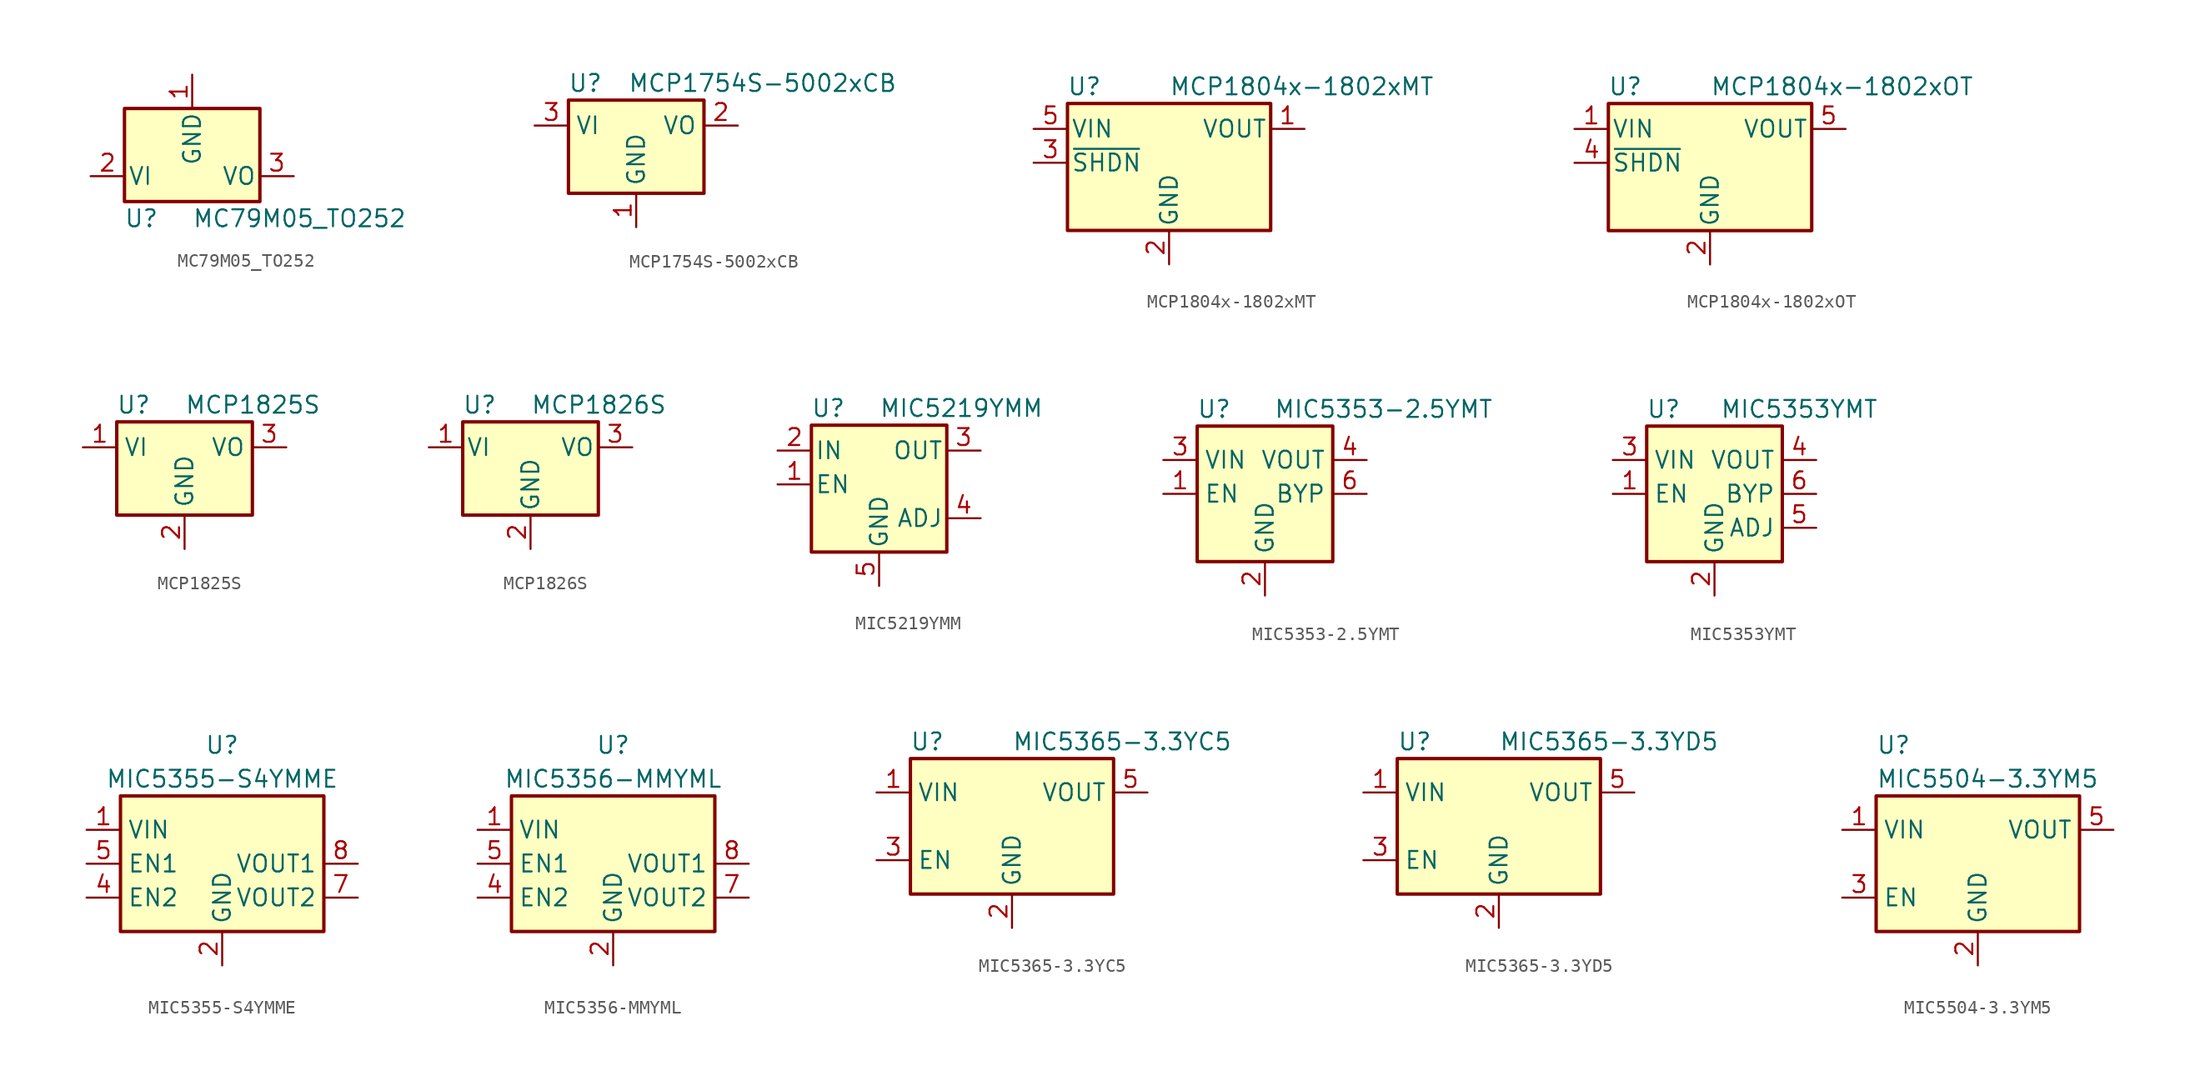
<source format=kicad_sym>
(kicad_symbol_lib
  (version 20201005)
  (generator kicad_symbol_editor)
  (symbol "MC79M05_TO252"
    (pin_names
      (offset 0.254))
    (property "Reference" "U"
      (at -3.81 -3.175 0)
      (effects (font (size 1.27 1.27))))
    (property "Value" "MC79M05_TO252"
      (at 0 -3.175 0)
      (effects (font (size 1.27 1.27)) (justify left)))
    (symbol "MC79M05_TO252_0_1"
      (rectangle (start -5.08 5.08) (end 5.08 -1.905) (stroke (width 0.254)) (fill (type background))))
    (symbol "MC79M05_TO252_1_1"
      (pin power_in line (at 0 7.62 270) (length 2.54) (name "GND" (effects (font (size 1.27 1.27)))) (number "1" (effects (font (size 1.27 1.27)))))
      (pin power_in line (at -7.62 0 0) (length 2.54) (name "VI" (effects (font (size 1.27 1.27)))) (number "2" (effects (font (size 1.27 1.27)))))
      (pin power_out line (at 7.62 0 180) (length 2.54) (name "VO" (effects (font (size 1.27 1.27)))) (number "3" (effects (font (size 1.27 1.27)))))))
  (symbol "MCP1754S-5002xCB"
    (property "Reference" "U"
      (at -3.81 3.175 0)
      (effects (font (size 1.27 1.27))))
    (property "Value" "MCP1754S-5002xCB"
      (at -0.635 3.175 0)
      (effects (font (size 1.27 1.27)) (justify left)))
    (symbol "MCP1754S-5002xCB_0_1"
      (rectangle (start -5.08 -5.08) (end 5.08 1.905) (stroke (width 0.254)) (fill (type background))))
    (symbol "MCP1754S-5002xCB_1_1"
      (pin power_in line (at 0 -7.62 90) (length 2.54) (name "GND" (effects (font (size 1.27 1.27)))) (number "1" (effects (font (size 1.27 1.27)))))
      (pin power_out line (at 7.62 0 180) (length 2.54) (name "VO" (effects (font (size 1.27 1.27)))) (number "2" (effects (font (size 1.27 1.27)))))
      (pin power_in line (at -7.62 0 0) (length 2.54) (name "VI" (effects (font (size 1.27 1.27)))) (number "3" (effects (font (size 1.27 1.27)))))))
  (symbol "MCP1804x-1802xMT"
    (pin_names
      (offset 0.254))
    (property "Reference" "U"
      (at -6.35 5.715 0)
      (effects (font (size 1.27 1.27))))
    (property "Value" "MCP1804x-1802xMT"
      (at 0 5.715 0)
      (effects (font (size 1.27 1.27)) (justify left)))
    (symbol "MCP1804x-1802xMT_0_1"
      (rectangle (start -7.62 -5.08) (end 7.62 4.445) (stroke (width 0.254)) (fill (type background))))
    (symbol "MCP1804x-1802xMT_1_1"
      (pin power_out line (at 10.16 2.54 180) (length 2.54) (name "VOUT" (effects (font (size 1.27 1.27)))) (number "1" (effects (font (size 1.27 1.27)))))
      (pin power_in line (at 0 -7.62 90) (length 2.54) (name "GND" (effects (font (size 1.27 1.27)))) (number "2" (effects (font (size 1.27 1.27)))))
      (pin input line (at -10.16 0 0) (length 2.54) (name "~SHDN" (effects (font (size 1.27 1.27)))) (number "3" (effects (font (size 1.27 1.27)))))
      (pin no_connect line (at 7.62 0 180) (length 2.54) hide (name "NC" (effects (font (size 1.27 1.27)))) (number "4" (effects (font (size 1.27 1.27)))))
      (pin power_in line (at -10.16 2.54 0) (length 2.54) (name "VIN" (effects (font (size 1.27 1.27)))) (number "5" (effects (font (size 1.27 1.27)))))))
  (symbol "MCP1804x-1802xOT"
    (pin_names
      (offset 0.254))
    (property "Reference" "U"
      (at -6.35 5.715 0)
      (effects (font (size 1.27 1.27))))
    (property "Value" "MCP1804x-1802xOT"
      (at 0 5.715 0)
      (effects (font (size 1.27 1.27)) (justify left)))
    (symbol "MCP1804x-1802xOT_0_1"
      (rectangle (start -7.62 -5.08) (end 7.62 4.445) (stroke (width 0.254)) (fill (type background))))
    (symbol "MCP1804x-1802xOT_1_1"
      (pin power_in line (at -10.16 2.54 0) (length 2.54) (name "VIN" (effects (font (size 1.27 1.27)))) (number "1" (effects (font (size 1.27 1.27)))))
      (pin power_in line (at 0 -7.62 90) (length 2.54) (name "GND" (effects (font (size 1.27 1.27)))) (number "2" (effects (font (size 1.27 1.27)))))
      (pin no_connect line (at 7.62 0 180) (length 2.54) hide (name "NC" (effects (font (size 1.27 1.27)))) (number "3" (effects (font (size 1.27 1.27)))))
      (pin input line (at -10.16 0 0) (length 2.54) (name "~SHDN" (effects (font (size 1.27 1.27)))) (number "4" (effects (font (size 1.27 1.27)))))
      (pin power_out line (at 10.16 2.54 180) (length 2.54) (name "VOUT" (effects (font (size 1.27 1.27)))) (number "5" (effects (font (size 1.27 1.27)))))))
  (symbol "MCP1825S"
    (property "Reference" "U"
      (at -3.81 3.175 0)
      (effects (font (size 1.27 1.27))))
    (property "Value" "MCP1825S"
      (at 0 3.175 0)
      (effects (font (size 1.27 1.27)) (justify left)))
    (symbol "MCP1825S_0_1"
      (rectangle (start -5.08 1.905) (end 5.08 -5.08) (stroke (width 0.254)) (fill (type background))))
    (symbol "MCP1825S_1_1"
      (pin power_in line (at -7.62 0 0) (length 2.54) (name "VI" (effects (font (size 1.27 1.27)))) (number "1" (effects (font (size 1.27 1.27)))))
      (pin power_in line (at 0 -7.62 90) (length 2.54) (name "GND" (effects (font (size 1.27 1.27)))) (number "2" (effects (font (size 1.27 1.27)))))
      (pin power_out line (at 7.62 0 180) (length 2.54) (name "VO" (effects (font (size 1.27 1.27)))) (number "3" (effects (font (size 1.27 1.27)))))))
  (symbol "MCP1826S"
    (pin_names
      (offset 0.254))
    (property "Reference" "U"
      (at -3.81 3.175 0)
      (effects (font (size 1.27 1.27))))
    (property "Value" "MCP1826S"
      (at 0 3.175 0)
      (effects (font (size 1.27 1.27)) (justify left)))
    (symbol "MCP1826S_0_1"
      (rectangle (start -5.08 1.905) (end 5.08 -5.08) (stroke (width 0.254)) (fill (type background))))
    (symbol "MCP1826S_1_1"
      (pin power_in line (at -7.62 0 0) (length 2.54) (name "VI" (effects (font (size 1.27 1.27)))) (number "1" (effects (font (size 1.27 1.27)))))
      (pin power_in line (at 0 -7.62 90) (length 2.54) (name "GND" (effects (font (size 1.27 1.27)))) (number "2" (effects (font (size 1.27 1.27)))))
      (pin power_out line (at 7.62 0 180) (length 2.54) (name "VO" (effects (font (size 1.27 1.27)))) (number "3" (effects (font (size 1.27 1.27)))))))
  (symbol "MIC5219YMM"
    (pin_names
      (offset 0.254))
    (property "Reference" "U"
      (at -3.81 5.715 0)
      (effects (font (size 1.27 1.27))))
    (property "Value" "MIC5219YMM"
      (at 0 5.715 0)
      (effects (font (size 1.27 1.27)) (justify left)))
    (symbol "MIC5219YMM_0_1"
      (rectangle (start -5.08 4.445) (end 5.08 -5.08) (stroke (width 0.254)) (fill (type background))))
    (symbol "MIC5219YMM_1_1"
      (pin input line (at -7.62 0 0) (length 2.54) (name "EN" (effects (font (size 1.27 1.27)))) (number "1" (effects (font (size 1.27 1.27)))))
      (pin power_in line (at -7.62 2.54 0) (length 2.54) (name "IN" (effects (font (size 1.27 1.27)))) (number "2" (effects (font (size 1.27 1.27)))))
      (pin power_out line (at 7.62 2.54 180) (length 2.54) (name "OUT" (effects (font (size 1.27 1.27)))) (number "3" (effects (font (size 1.27 1.27)))))
      (pin input line (at 7.62 -2.54 180) (length 2.54) (name "ADJ" (effects (font (size 1.27 1.27)))) (number "4" (effects (font (size 1.27 1.27)))))
      (pin power_in line (at 0 -7.62 90) (length 2.54) (name "GND" (effects (font (size 1.27 1.27)))) (number "5" (effects (font (size 1.27 1.27)))))
      (pin passive line (at 0 -7.62 90) (length 2.54) hide (name "GND" (effects (font (size 1.27 1.27)))) (number "6" (effects (font (size 1.27 1.27)))))
      (pin passive line (at 0 -7.62 90) (length 2.54) hide (name "GND" (effects (font (size 1.27 1.27)))) (number "7" (effects (font (size 1.27 1.27)))))
      (pin passive line (at 0 -7.62 90) (length 2.54) hide (name "GND" (effects (font (size 1.27 1.27)))) (number "8" (effects (font (size 1.27 1.27)))))))
  (symbol "MIC5353-2.5YMT"
    (property "Reference" "U"
      (at -3.81 6.35 0)
      (effects (font (size 1.27 1.27))))
    (property "Value" "MIC5353-2.5YMT"
      (at 8.89 6.35 0)
      (effects (font (size 1.27 1.27))))
    (symbol "MIC5353-2.5YMT_0_1"
      (rectangle (start -5.08 -5.08) (end 5.08 5.08) (stroke (width 0.254)) (fill (type background)))
      (pin input line (at -7.62 0 0) (length 2.54) (name "EN" (effects (font (size 1.27 1.27)))) (number "1" (effects (font (size 1.27 1.27)))))
      (pin power_in line (at 0 -7.62 90) (length 2.54) (name "GND" (effects (font (size 1.27 1.27)))) (number "2" (effects (font (size 1.27 1.27)))))
      (pin power_in line (at -7.62 2.54 0) (length 2.54) (name "VIN" (effects (font (size 1.27 1.27)))) (number "3" (effects (font (size 1.27 1.27)))))
      (pin power_out line (at 7.62 2.54 180) (length 2.54) (name "VOUT" (effects (font (size 1.27 1.27)))) (number "4" (effects (font (size 1.27 1.27)))))
      (pin no_connect line (at 5.08 -2.54 180) (length 2.54) hide (name "NC" (effects (font (size 1.27 1.27)))) (number "5" (effects (font (size 1.27 1.27)))))
      (pin passive line (at 7.62 0 180) (length 2.54) (name "BYP" (effects (font (size 1.27 1.27)))) (number "6" (effects (font (size 1.27 1.27)))))
      (pin passive line (at 0 -7.62 90) (length 2.54) hide (name "GND" (effects (font (size 1.27 1.27)))) (number "7" (effects (font (size 1.27 1.27)))))))
  (symbol "MIC5353YMT"
    (property "Reference" "U"
      (at -3.81 6.35 0)
      (effects (font (size 1.27 1.27))))
    (property "Value" "MIC5353YMT"
      (at 6.35 6.35 0)
      (effects (font (size 1.27 1.27))))
    (symbol "MIC5353YMT_0_1"
      (rectangle (start -5.08 -5.08) (end 5.08 5.08) (stroke (width 0.254)) (fill (type background)))
      (pin input line (at -7.62 0 0) (length 2.54) (name "EN" (effects (font (size 1.27 1.27)))) (number "1" (effects (font (size 1.27 1.27)))))
      (pin power_in line (at 0 -7.62 90) (length 2.54) (name "GND" (effects (font (size 1.27 1.27)))) (number "2" (effects (font (size 1.27 1.27)))))
      (pin power_in line (at -7.62 2.54 0) (length 2.54) (name "VIN" (effects (font (size 1.27 1.27)))) (number "3" (effects (font (size 1.27 1.27)))))
      (pin power_out line (at 7.62 2.54 180) (length 2.54) (name "VOUT" (effects (font (size 1.27 1.27)))) (number "4" (effects (font (size 1.27 1.27)))))
      (pin input line (at 7.62 -2.54 180) (length 2.54) (name "ADJ" (effects (font (size 1.27 1.27)))) (number "5" (effects (font (size 1.27 1.27)))))
      (pin passive line (at 7.62 0 180) (length 2.54) (name "BYP" (effects (font (size 1.27 1.27)))) (number "6" (effects (font (size 1.27 1.27)))))
      (pin passive line (at 0 -7.62 90) (length 2.54) hide (name "GND" (effects (font (size 1.27 1.27)))) (number "7" (effects (font (size 1.27 1.27)))))))
  (symbol "MIC5355-S4YMME"
    (property "Reference" "U"
      (at 0 8.89 0)
      (effects (font (size 1.27 1.27))))
    (property "Value" "MIC5355-S4YMME"
      (at 0 6.35 0)
      (effects (font (size 1.27 1.27))))
    (symbol "MIC5355-S4YMME_0_1"
      (rectangle (start -7.62 5.08) (end 7.62 -5.08) (stroke (width 0.254)) (fill (type background))))
    (symbol "MIC5355-S4YMME_1_1"
      (pin power_in line (at -10.16 2.54 0) (length 2.54) (name "VIN" (effects (font (size 1.27 1.27)))) (number "1" (effects (font (size 1.27 1.27)))))
      (pin power_in line (at 0 -7.62 90) (length 2.54) (name "GND" (effects (font (size 1.27 1.27)))) (number "2" (effects (font (size 1.27 1.27)))))
      (pin no_connect line (at 0 5.08 270) (length 2.54) hide (name "NC" (effects (font (size 1.27 1.27)))) (number "3" (effects (font (size 1.27 1.27)))))
      (pin input line (at -10.16 -2.54 0) (length 2.54) (name "EN2" (effects (font (size 1.27 1.27)))) (number "4" (effects (font (size 1.27 1.27)))))
      (pin input line (at -10.16 0 0) (length 2.54) (name "EN1" (effects (font (size 1.27 1.27)))) (number "5" (effects (font (size 1.27 1.27)))))
      (pin no_connect line (at 7.62 2.54 180) (length 2.54) hide (name "NC" (effects (font (size 1.27 1.27)))) (number "6" (effects (font (size 1.27 1.27)))))
      (pin power_out line (at 10.16 -2.54 180) (length 2.54) (name "VOUT2" (effects (font (size 1.27 1.27)))) (number "7" (effects (font (size 1.27 1.27)))))
      (pin power_out line (at 10.16 0 180) (length 2.54) (name "VOUT1" (effects (font (size 1.27 1.27)))) (number "8" (effects (font (size 1.27 1.27)))))
      (pin passive line (at 0 -7.62 90) (length 2.54) hide (name "GND" (effects (font (size 1.27 1.27)))) (number "9" (effects (font (size 1.27 1.27)))))))
  (symbol "MIC5356-MMYML"
    (property "Reference" "U"
      (at 0 8.89 0)
      (effects (font (size 1.27 1.27))))
    (property "Value" "MIC5356-MMYML"
      (at 0 6.35 0)
      (effects (font (size 1.27 1.27))))
    (symbol "MIC5356-MMYML_0_1"
      (rectangle (start -7.62 5.08) (end 7.62 -5.08) (stroke (width 0.254)) (fill (type background))))
    (symbol "MIC5356-MMYML_1_1"
      (pin power_in line (at -10.16 2.54 0) (length 2.54) (name "VIN" (effects (font (size 1.27 1.27)))) (number "1" (effects (font (size 1.27 1.27)))))
      (pin power_in line (at 0 -7.62 90) (length 2.54) (name "GND" (effects (font (size 1.27 1.27)))) (number "2" (effects (font (size 1.27 1.27)))))
      (pin no_connect line (at 0 5.08 270) (length 2.54) hide (name "NC" (effects (font (size 1.27 1.27)))) (number "3" (effects (font (size 1.27 1.27)))))
      (pin input line (at -10.16 -2.54 0) (length 2.54) (name "EN2" (effects (font (size 1.27 1.27)))) (number "4" (effects (font (size 1.27 1.27)))))
      (pin input line (at -10.16 0 0) (length 2.54) (name "EN1" (effects (font (size 1.27 1.27)))) (number "5" (effects (font (size 1.27 1.27)))))
      (pin no_connect line (at 7.62 2.54 180) (length 2.54) hide (name "NC" (effects (font (size 1.27 1.27)))) (number "6" (effects (font (size 1.27 1.27)))))
      (pin power_out line (at 10.16 -2.54 180) (length 2.54) (name "VOUT2" (effects (font (size 1.27 1.27)))) (number "7" (effects (font (size 1.27 1.27)))))
      (pin power_out line (at 10.16 0 180) (length 2.54) (name "VOUT1" (effects (font (size 1.27 1.27)))) (number "8" (effects (font (size 1.27 1.27)))))
      (pin passive line (at 0 -7.62 90) (length 2.54) hide (name "GND" (effects (font (size 1.27 1.27)))) (number "9" (effects (font (size 1.27 1.27)))))))
  (symbol "MIC5365-3.3YC5"
    (property "Reference" "U"
      (at -6.35 6.35 0)
      (effects (font (size 1.27 1.27))))
    (property "Value" "MIC5365-3.3YC5"
      (at 0 6.35 0)
      (effects (font (size 1.27 1.27)) (justify left)))
    (symbol "MIC5365-3.3YC5_0_1"
      (rectangle (start -7.62 -5.08) (end 7.62 5.08) (stroke (width 0.254)) (fill (type background))))
    (symbol "MIC5365-3.3YC5_1_1"
      (pin power_in line (at -10.16 2.54 0) (length 2.54) (name "VIN" (effects (font (size 1.27 1.27)))) (number "1" (effects (font (size 1.27 1.27)))))
      (pin power_in line (at 0 -7.62 90) (length 2.54) (name "GND" (effects (font (size 1.27 1.27)))) (number "2" (effects (font (size 1.27 1.27)))))
      (pin input line (at -10.16 -2.54 0) (length 2.54) (name "EN" (effects (font (size 1.27 1.27)))) (number "3" (effects (font (size 1.27 1.27)))))
      (pin no_connect line (at 7.62 -2.54 180) (length 2.54) hide (name "NC" (effects (font (size 1.27 1.27)))) (number "4" (effects (font (size 1.27 1.27)))))
      (pin power_out line (at 10.16 2.54 180) (length 2.54) (name "VOUT" (effects (font (size 1.27 1.27)))) (number "5" (effects (font (size 1.27 1.27)))))))
  (symbol "MIC5365-3.3YD5"
    (property "Reference" "U"
      (at -7.62 6.35 0)
      (effects (font (size 1.27 1.27)) (justify left)))
    (property "Value" "MIC5365-3.3YD5"
      (at 0 6.35 0)
      (effects (font (size 1.27 1.27)) (justify left)))
    (symbol "MIC5365-3.3YD5_0_1"
      (rectangle (start -7.62 -5.08) (end 7.62 5.08) (stroke (width 0.254)) (fill (type background))))
    (symbol "MIC5365-3.3YD5_1_1"
      (pin power_in line (at -10.16 2.54 0) (length 2.54) (name "VIN" (effects (font (size 1.27 1.27)))) (number "1" (effects (font (size 1.27 1.27)))))
      (pin power_in line (at 0 -7.62 90) (length 2.54) (name "GND" (effects (font (size 1.27 1.27)))) (number "2" (effects (font (size 1.27 1.27)))))
      (pin input line (at -10.16 -2.54 0) (length 2.54) (name "EN" (effects (font (size 1.27 1.27)))) (number "3" (effects (font (size 1.27 1.27)))))
      (pin no_connect line (at 7.62 -2.54 180) (length 2.54) hide (name "NC" (effects (font (size 1.27 1.27)))) (number "4" (effects (font (size 1.27 1.27)))))
      (pin power_out line (at 10.16 2.54 180) (length 2.54) (name "VOUT" (effects (font (size 1.27 1.27)))) (number "5" (effects (font (size 1.27 1.27)))))))
  (symbol "MIC5504-3.3YM5"
    (property "Reference" "U"
      (at -7.62 8.89 0)
      (effects (font (size 1.27 1.27)) (justify left)))
    (property "Value" "MIC5504-3.3YM5"
      (at -7.62 6.35 0)
      (effects (font (size 1.27 1.27)) (justify left)))
    (symbol "MIC5504-3.3YM5_0_1"
      (rectangle (start -7.62 -5.08) (end 7.62 5.08) (stroke (width 0.254)) (fill (type background))))
    (symbol "MIC5504-3.3YM5_1_1"
      (pin power_in line (at -10.16 2.54 0) (length 2.54) (name "VIN" (effects (font (size 1.27 1.27)))) (number "1" (effects (font (size 1.27 1.27)))))
      (pin power_in line (at 0 -7.62 90) (length 2.54) (name "GND" (effects (font (size 1.27 1.27)))) (number "2" (effects (font (size 1.27 1.27)))))
      (pin input line (at -10.16 -2.54 0) (length 2.54) (name "EN" (effects (font (size 1.27 1.27)))) (number "3" (effects (font (size 1.27 1.27)))))
      (pin no_connect line (at 7.62 -2.54 180) (length 2.54) hide (name "NC" (effects (font (size 1.27 1.27)))) (number "4" (effects (font (size 1.27 1.27)))))
      (pin power_out line (at 10.16 2.54 180) (length 2.54) (name "VOUT" (effects (font (size 1.27 1.27)))) (number "5" (effects (font (size 1.27 1.27))))))))
</source>
